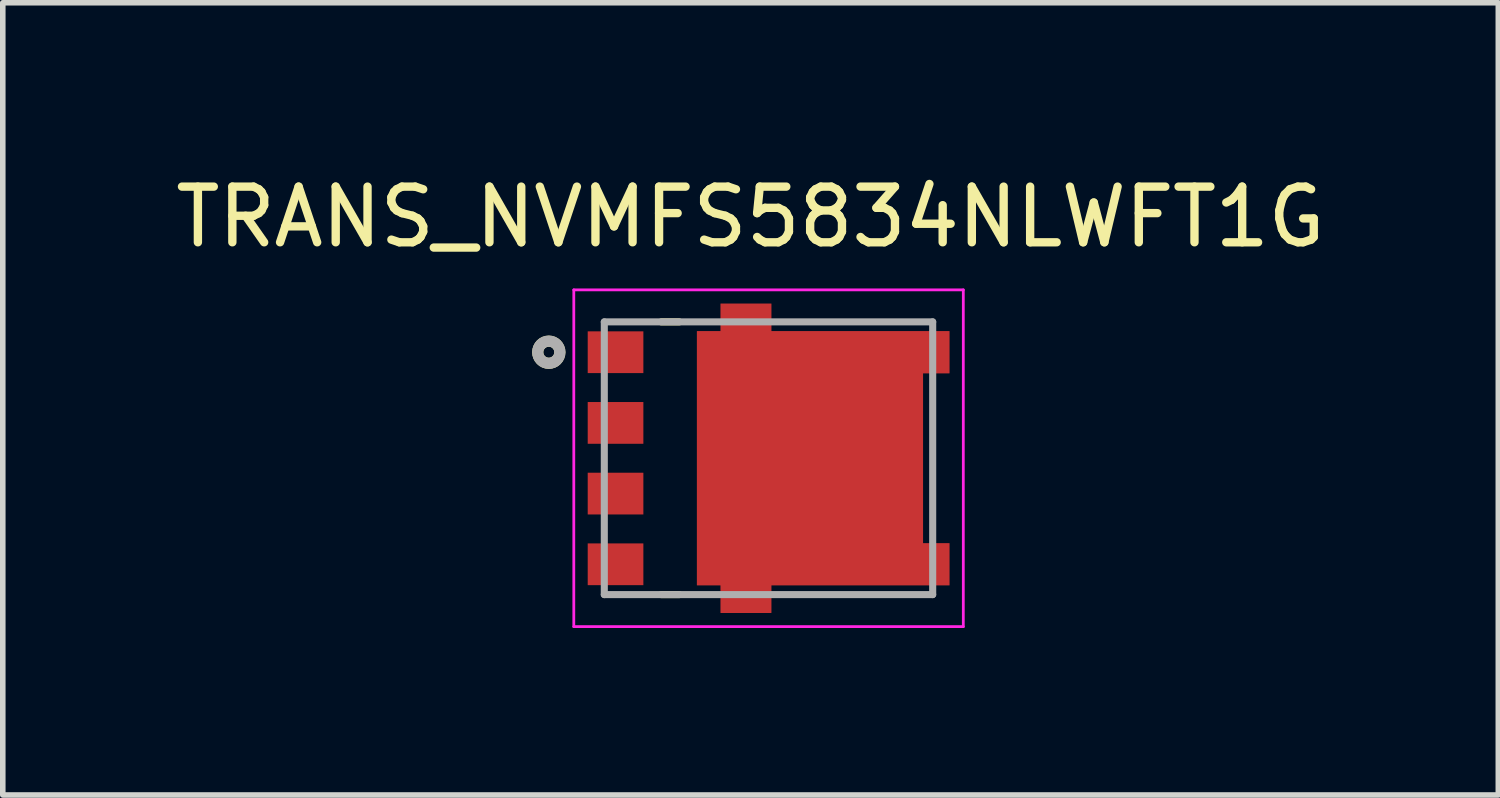
<source format=kicad_pcb>
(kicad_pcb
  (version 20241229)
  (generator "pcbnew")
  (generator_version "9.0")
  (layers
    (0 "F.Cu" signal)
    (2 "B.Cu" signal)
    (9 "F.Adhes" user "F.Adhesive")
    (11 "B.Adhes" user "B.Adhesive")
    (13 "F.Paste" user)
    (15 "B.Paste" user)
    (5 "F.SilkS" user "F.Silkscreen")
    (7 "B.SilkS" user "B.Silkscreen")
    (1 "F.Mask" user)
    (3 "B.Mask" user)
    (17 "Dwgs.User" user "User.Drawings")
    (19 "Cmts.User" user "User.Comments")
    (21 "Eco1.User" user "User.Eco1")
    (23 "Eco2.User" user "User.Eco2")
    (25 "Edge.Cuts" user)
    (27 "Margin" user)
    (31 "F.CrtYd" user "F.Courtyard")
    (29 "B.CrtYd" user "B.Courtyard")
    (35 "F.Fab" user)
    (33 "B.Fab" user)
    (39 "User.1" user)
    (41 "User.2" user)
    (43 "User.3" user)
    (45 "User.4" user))
  (footprint "TRANS_NVMFS5834NLWFT1G"
    (layer "F.Cu")
    (at 10.757 5.183)
    (property "Reference" "TRANS_NVMFS5834NLWFT1G" (at -0.323 -4.335 0) (layer "F.SilkS") (effects (font (size 1 1) (thickness 0.15))))
    (attr smd)
    (fp_poly (pts (xy -1.383 -2.38) (xy -1.383 2.38) (xy -0.958 2.38) (xy -0.958 2.875) (xy 0.147 2.875) (xy 0.147 2.38) (xy 3.348 2.38) (xy 3.348 1.43) (xy 2.873 1.43) (xy 2.873 -1.43) (xy 3.348 -1.43) (xy 3.348 -2.38) (xy 0.147 -2.38) (xy 0.147 -2.875) (xy -0.958 -2.875) (xy -0.958 -2.38)) (stroke (width 0.01) (type solid)) (fill yes) (layer "F.Mask"))
    (fp_line (start -1.603 -2.45) (end -1.927 -2.45) (stroke (width 0.127) (type solid)) (layer "F.SilkS"))
    (fp_line (start -1.603 2.45) (end -1.927 2.45) (stroke (width 0.127) (type solid)) (layer "F.SilkS"))
    (fp_circle (center -3.947 -1.905) (end -3.848 -1.905) (stroke (width 0.2) (type solid)) (fill no) (layer "F.SilkS"))
    (fp_poly (pts (xy -0.76 -1.755) (xy 0.48 -1.755) (xy 0.48 -0.265) (xy -0.76 -0.265)) (stroke (width 0.01) (type solid)) (fill yes) (layer "F.Paste"))
    (fp_poly (pts (xy -0.76 0.265) (xy 0.48 0.265) (xy 0.48 1.755) (xy -0.76 1.755)) (stroke (width 0.01) (type solid)) (fill yes) (layer "F.Paste"))
    (fp_poly (pts (xy -0.743 -2.667) (xy -0.068 -2.667) (xy -0.068 -2.402) (xy -0.743 -2.402)) (stroke (width 0.01) (type solid)) (fill yes) (layer "F.Paste"))
    (fp_poly (pts (xy -0.743 2.395) (xy -0.068 2.395) (xy -0.068 2.66) (xy -0.743 2.66)) (stroke (width 0.01) (type solid)) (fill yes) (layer "F.Paste"))
    (fp_poly (pts (xy 1.01 -1.755) (xy 2.25 -1.755) (xy 2.25 -0.265) (xy 1.01 -0.265)) (stroke (width 0.01) (type solid)) (fill yes) (layer "F.Paste"))
    (fp_poly (pts (xy 1.01 0.265) (xy 2.25 0.265) (xy 2.25 1.755) (xy 1.01 1.755)) (stroke (width 0.01) (type solid)) (fill yes) (layer "F.Paste"))
    (fp_poly (pts (xy 2.877 -2.175) (xy 3.143 -2.175) (xy 3.143 -1.635) (xy 2.877 -1.635)) (stroke (width 0.01) (type solid)) (fill yes) (layer "F.Paste"))
    (fp_poly (pts (xy 2.877 1.635) (xy 3.143 1.635) (xy 3.143 2.175) (xy 2.877 2.175)) (stroke (width 0.01) (type solid)) (fill yes) (layer "F.Paste"))
    (fp_line (start -3.498 -3.025) (end -3.498 3.025) (stroke (width 0.05) (type solid)) (layer "F.CrtYd"))
    (fp_line (start -3.498 3.025) (end 3.5 3.025) (stroke (width 0.05) (type solid)) (layer "F.CrtYd"))
    (fp_line (start 3.5 -3.025) (end -3.498 -3.025) (stroke (width 0.05) (type solid)) (layer "F.CrtYd"))
    (fp_line (start 3.5 3.025) (end 3.5 -3.025) (stroke (width 0.05) (type solid)) (layer "F.CrtYd"))
    (fp_line (start -2.95 -2.45) (end 2.95 -2.45) (stroke (width 0.127) (type solid)) (layer "F.Fab"))
    (fp_line (start -2.95 2.45) (end -2.95 -2.45) (stroke (width 0.127) (type solid)) (layer "F.Fab"))
    (fp_line (start 2.95 -2.45) (end 2.95 2.45) (stroke (width 0.127) (type solid)) (layer "F.Fab"))
    (fp_line (start 2.95 2.45) (end -2.95 2.45) (stroke (width 0.127) (type solid)) (layer "F.Fab"))
    (fp_circle (center -3.947 -1.905) (end -3.848 -1.905) (stroke (width 0.2) (type solid)) (fill no) (layer "F.Fab"))
    (pad "1" smd rect (at -2.748 -1.905) (size 1 0.75) (layers "F.Cu" "F.Mask" "F.Paste"))
    (pad "2" smd rect (at -2.748 -0.635) (size 1 0.75) (layers "F.Cu" "F.Mask" "F.Paste"))
    (pad "3" smd rect (at -2.748 0.635) (size 1 0.75) (layers "F.Cu" "F.Mask" "F.Paste"))
    (pad "4" smd rect (at -2.748 1.905) (size 1 0.75) (layers "F.Cu" "F.Mask" "F.Paste"))
    (pad "5_6" smd custom (at 0 0) (size 1 1) (layers "F.Cu") (options (anchor rect)) (primitives (gr_poly (pts (xy -1.282 -2.28) (xy -1.282 2.28) (xy -0.858 2.28) (xy -0.858 2.775) (xy 0.048 2.775) (xy 0.048 2.28) (xy 3.248 2.28) (xy 3.248 1.53) (xy 2.772 1.53) (xy 2.772 -1.53) (xy 3.248 -1.53) (xy 3.248 -2.28) (xy 0.048 -2.28) (xy 0.048 -2.775) (xy -0.858 -2.775) (xy -0.858 -2.28)) (width 0.01) (fill yes)))))
  (gr_rect
    (start -3 -3)
    (end 23.869 11.233)
    (stroke (width 0.1) (type default))
    (fill no)
    (layer "Edge.Cuts")))
</source>
